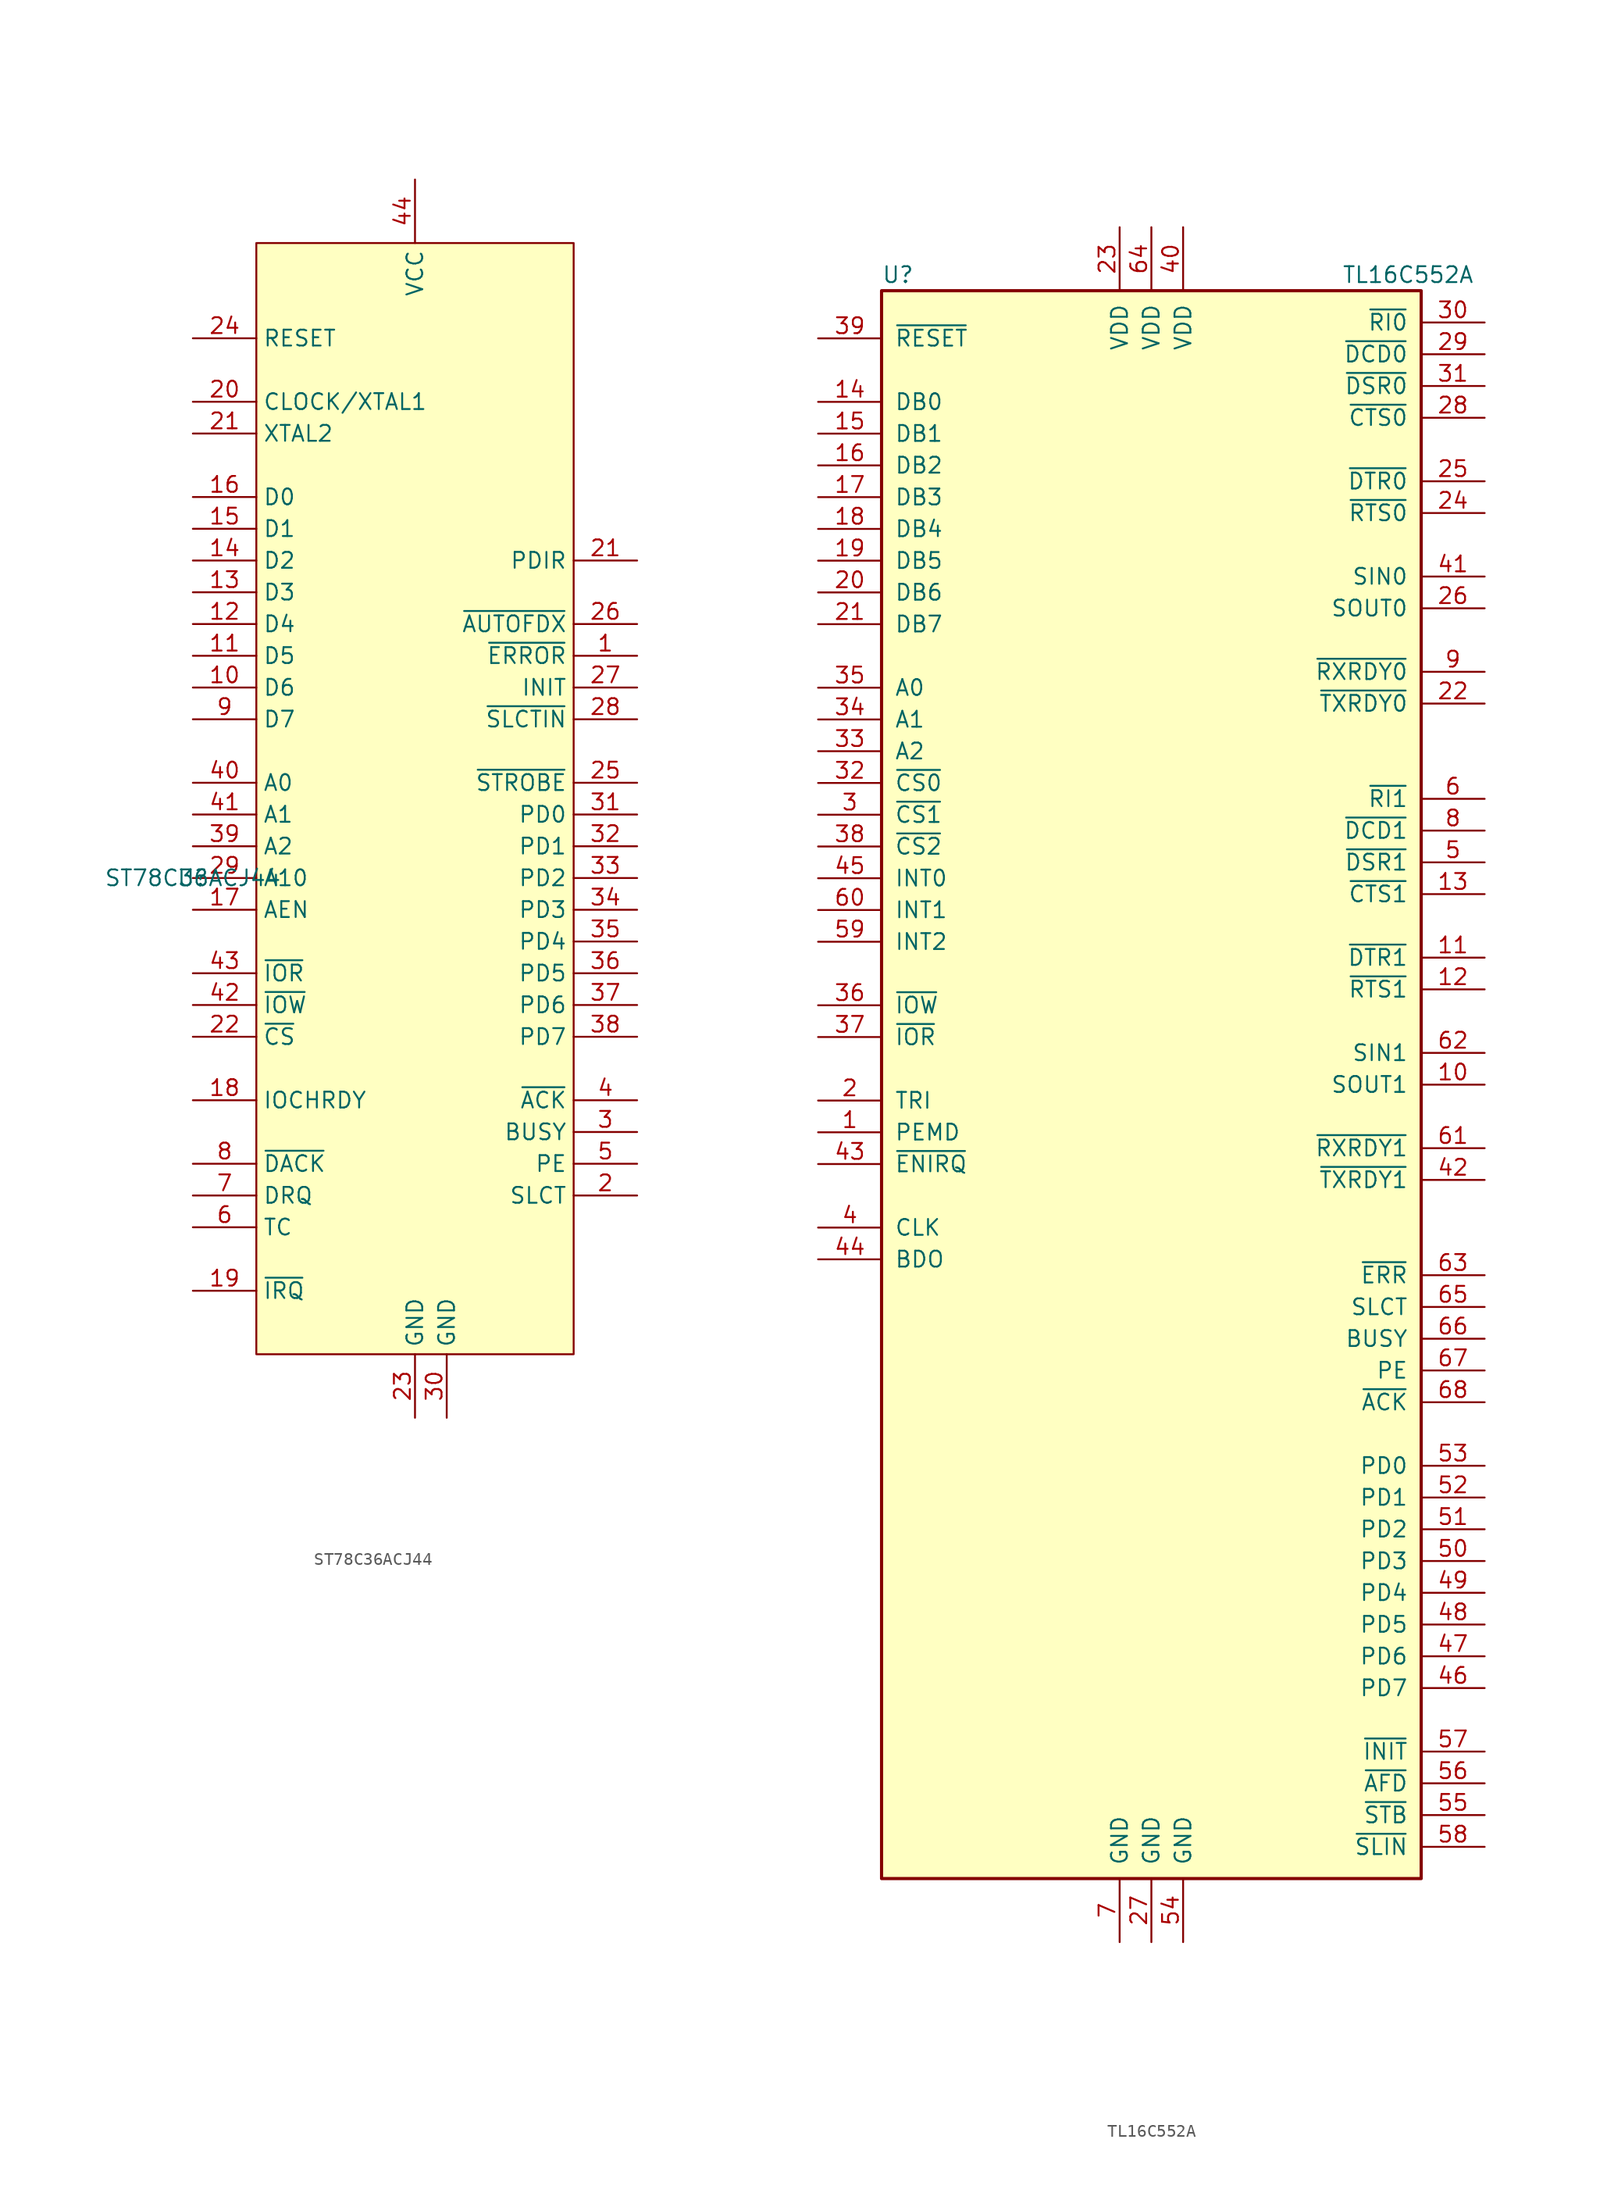
<source format=kicad_sym>
(kicad_symbol_lib
  (version 20231120)
  (generator "kicad_symbol_editor")
  (generator_version "8.0")
  (symbol "ST78C36ACJ44"
    (property "Reference" "U"
      (at -17.78 0 0)
      (effects (font (size 1.27 1.27))))
    (property "Value" "ST78C36ACJ44"
      (at -17.78 0 0)
      (effects (font (size 1.27 1.27))))
    (symbol "ST78C36ACJ44_0_0"
      (pin input line (at 17.78 17.78 180) (length 5.08) (name "~{ERROR}" (effects (font (size 1.27 1.27)))) (number "1" (effects (font (size 1.27 1.27)))))
      (pin bidirectional line (at -17.78 15.24 0) (length 5.08) (name "D6" (effects (font (size 1.27 1.27)))) (number "10" (effects (font (size 1.27 1.27)))))
      (pin bidirectional line (at -17.78 17.78 0) (length 5.08) (name "D5" (effects (font (size 1.27 1.27)))) (number "11" (effects (font (size 1.27 1.27)))))
      (pin bidirectional line (at -17.78 20.32 0) (length 5.08) (name "D4" (effects (font (size 1.27 1.27)))) (number "12" (effects (font (size 1.27 1.27)))))
      (pin bidirectional line (at -17.78 22.86 0) (length 5.08) (name "D3" (effects (font (size 1.27 1.27)))) (number "13" (effects (font (size 1.27 1.27)))))
      (pin bidirectional line (at -17.78 25.4 0) (length 5.08) (name "D2" (effects (font (size 1.27 1.27)))) (number "14" (effects (font (size 1.27 1.27)))))
      (pin bidirectional line (at -17.78 27.94 0) (length 5.08) (name "D1" (effects (font (size 1.27 1.27)))) (number "15" (effects (font (size 1.27 1.27)))))
      (pin bidirectional line (at -17.78 30.48 0) (length 5.08) (name "D0" (effects (font (size 1.27 1.27)))) (number "16" (effects (font (size 1.27 1.27)))))
      (pin input line (at -17.78 -2.54 0) (length 5.08) (name "AEN" (effects (font (size 1.27 1.27)))) (number "17" (effects (font (size 1.27 1.27)))))
      (pin output line (at -17.78 -17.78 0) (length 5.08) (name "IOCHRDY" (effects (font (size 1.27 1.27)))) (number "18" (effects (font (size 1.27 1.27)))))
      (pin output line (at -17.78 -33.02 0) (length 5.08) (name "~{IRQ}" (effects (font (size 1.27 1.27)))) (number "19" (effects (font (size 1.27 1.27)))))
      (pin input line (at 17.78 -25.4 180) (length 5.08) (name "SLCT" (effects (font (size 1.27 1.27)))) (number "2" (effects (font (size 1.27 1.27)))))
      (pin input line (at -17.78 38.1 0) (length 5.08) (name "CLOCK/XTAL1" (effects (font (size 1.27 1.27)))) (number "20" (effects (font (size 1.27 1.27)))))
      (pin output line (at 17.78 25.4 180) (length 5.08) (name "PDIR" (effects (font (size 1.27 1.27)))) (number "21" (effects (font (size 1.27 1.27)))))
      (pin output line (at -17.78 35.56 0) (length 5.08) (name "XTAL2" (effects (font (size 1.27 1.27)))) (number "21" (effects (font (size 1.27 1.27)))))
      (pin input line (at -17.78 -12.7 0) (length 5.08) (name "~{CS}" (effects (font (size 1.27 1.27)))) (number "22" (effects (font (size 1.27 1.27)))))
      (pin power_in line (at 0 -43.18 90) (length 5.08) (name "GND" (effects (font (size 1.27 1.27)))) (number "23" (effects (font (size 1.27 1.27)))))
      (pin input line (at -17.78 43.18 0) (length 5.08) (name "RESET" (effects (font (size 1.27 1.27)))) (number "24" (effects (font (size 1.27 1.27)))))
      (pin output line (at 17.78 7.62 180) (length 5.08) (name "~{STROBE}" (effects (font (size 1.27 1.27)))) (number "25" (effects (font (size 1.27 1.27)))))
      (pin output line (at 17.78 20.32 180) (length 5.08) (name "~{AUTOFDX}" (effects (font (size 1.27 1.27)))) (number "26" (effects (font (size 1.27 1.27)))))
      (pin output line (at 17.78 15.24 180) (length 5.08) (name "INIT" (effects (font (size 1.27 1.27)))) (number "27" (effects (font (size 1.27 1.27)))))
      (pin output line (at 17.78 12.7 180) (length 5.08) (name "~{SLCTIN}" (effects (font (size 1.27 1.27)))) (number "28" (effects (font (size 1.27 1.27)))))
      (pin input line (at -17.78 0 0) (length 5.08) (name "A10" (effects (font (size 1.27 1.27)))) (number "29" (effects (font (size 1.27 1.27)))))
      (pin input line (at 17.78 -20.32 180) (length 5.08) (name "BUSY" (effects (font (size 1.27 1.27)))) (number "3" (effects (font (size 1.27 1.27)))))
      (pin power_in line (at 2.54 -43.18 90) (length 5.08) (name "GND" (effects (font (size 1.27 1.27)))) (number "30" (effects (font (size 1.27 1.27)))))
      (pin bidirectional line (at 17.78 5.08 180) (length 5.08) (name "PD0" (effects (font (size 1.27 1.27)))) (number "31" (effects (font (size 1.27 1.27)))))
      (pin bidirectional line (at 17.78 2.54 180) (length 5.08) (name "PD1" (effects (font (size 1.27 1.27)))) (number "32" (effects (font (size 1.27 1.27)))))
      (pin bidirectional line (at 17.78 0 180) (length 5.08) (name "PD2" (effects (font (size 1.27 1.27)))) (number "33" (effects (font (size 1.27 1.27)))))
      (pin bidirectional line (at 17.78 -2.54 180) (length 5.08) (name "PD3" (effects (font (size 1.27 1.27)))) (number "34" (effects (font (size 1.27 1.27)))))
      (pin bidirectional line (at 17.78 -5.08 180) (length 5.08) (name "PD4" (effects (font (size 1.27 1.27)))) (number "35" (effects (font (size 1.27 1.27)))))
      (pin bidirectional line (at 17.78 -7.62 180) (length 5.08) (name "PD5" (effects (font (size 1.27 1.27)))) (number "36" (effects (font (size 1.27 1.27)))))
      (pin bidirectional line (at 17.78 -10.16 180) (length 5.08) (name "PD6" (effects (font (size 1.27 1.27)))) (number "37" (effects (font (size 1.27 1.27)))))
      (pin bidirectional line (at 17.78 -12.7 180) (length 5.08) (name "PD7" (effects (font (size 1.27 1.27)))) (number "38" (effects (font (size 1.27 1.27)))))
      (pin input line (at -17.78 2.54 0) (length 5.08) (name "A2" (effects (font (size 1.27 1.27)))) (number "39" (effects (font (size 1.27 1.27)))))
      (pin input line (at 17.78 -17.78 180) (length 5.08) (name "~{ACK}" (effects (font (size 1.27 1.27)))) (number "4" (effects (font (size 1.27 1.27)))))
      (pin input line (at -17.78 7.62 0) (length 5.08) (name "A0" (effects (font (size 1.27 1.27)))) (number "40" (effects (font (size 1.27 1.27)))))
      (pin input line (at -17.78 5.08 0) (length 5.08) (name "A1" (effects (font (size 1.27 1.27)))) (number "41" (effects (font (size 1.27 1.27)))))
      (pin input line (at -17.78 -10.16 0) (length 5.08) (name "~{IOW}" (effects (font (size 1.27 1.27)))) (number "42" (effects (font (size 1.27 1.27)))))
      (pin input line (at -17.78 -7.62 0) (length 5.08) (name "~{IOR}" (effects (font (size 1.27 1.27)))) (number "43" (effects (font (size 1.27 1.27)))))
      (pin power_in line (at 0 55.88 270) (length 5.08) (name "VCC" (effects (font (size 1.27 1.27)))) (number "44" (effects (font (size 1.27 1.27)))))
      (pin input line (at 17.78 -22.86 180) (length 5.08) (name "PE" (effects (font (size 1.27 1.27)))) (number "5" (effects (font (size 1.27 1.27)))))
      (pin input line (at -17.78 -27.94 0) (length 5.08) (name "TC" (effects (font (size 1.27 1.27)))) (number "6" (effects (font (size 1.27 1.27)))))
      (pin output line (at -17.78 -25.4 0) (length 5.08) (name "DRQ" (effects (font (size 1.27 1.27)))) (number "7" (effects (font (size 1.27 1.27)))))
      (pin input line (at -17.78 -22.86 0) (length 5.08) (name "~{DACK}" (effects (font (size 1.27 1.27)))) (number "8" (effects (font (size 1.27 1.27)))))
      (pin bidirectional line (at -17.78 12.7 0) (length 5.08) (name "D7" (effects (font (size 1.27 1.27)))) (number "9" (effects (font (size 1.27 1.27))))))
    (symbol "ST78C36ACJ44_1_1"
      (rectangle (start -12.7 50.8) (end 12.7 -38.1) (stroke (width 0) (type default)) (fill (type background)))))
  (symbol "TL16C552A"
    (pin_names
      (offset 1.016))
    (property "Reference" "U"
      (at -21.59 64.77 0)
      (effects (font (size 1.27 1.27)) (justify left)))
    (property "Value" "TL16C552A"
      (at 15.24 64.77 0)
      (effects (font (size 1.27 1.27)) (justify left)))
    (symbol "TL16C552A_0_1"
      (rectangle (start -21.59 63.5) (end 21.59 -63.5) (stroke (width 0.254) (type default)) (fill (type background))))
    (symbol "TL16C552A_1_0"
      (pin input line (at -26.67 -3.81 0) (length 5.08) (name "PEMD" (effects (font (size 1.27 1.27)))) (number "1" (effects (font (size 1.27 1.27)))))
      (pin input line (at -26.67 -1.27 0) (length 5.08) (name "TRI" (effects (font (size 1.27 1.27)))) (number "2" (effects (font (size 1.27 1.27)))))
      (pin power_in line (at -2.54 68.58 270) (length 5.08) (name "VDD" (effects (font (size 1.27 1.27)))) (number "23" (effects (font (size 1.27 1.27)))))
      (pin input line (at -26.67 59.69 0) (length 5.08) (name "~{RESET}" (effects (font (size 1.27 1.27)))) (number "39" (effects (font (size 1.27 1.27)))))
      (pin power_in line (at 2.54 68.58 270) (length 5.08) (name "VDD" (effects (font (size 1.27 1.27)))) (number "40" (effects (font (size 1.27 1.27)))))
      (pin input line (at -26.67 -6.35 0) (length 5.08) (name "~{ENIRQ}" (effects (font (size 1.27 1.27)))) (number "43" (effects (font (size 1.27 1.27)))))
      (pin bidirectional line (at 26.67 -48.26 180) (length 5.08) (name "PD7" (effects (font (size 1.27 1.27)))) (number "46" (effects (font (size 1.27 1.27)))))
      (pin bidirectional line (at 26.67 -45.72 180) (length 5.08) (name "PD6" (effects (font (size 1.27 1.27)))) (number "47" (effects (font (size 1.27 1.27)))))
      (pin bidirectional line (at 26.67 -43.18 180) (length 5.08) (name "PD5" (effects (font (size 1.27 1.27)))) (number "48" (effects (font (size 1.27 1.27)))))
      (pin bidirectional line (at 26.67 -40.64 180) (length 5.08) (name "PD4" (effects (font (size 1.27 1.27)))) (number "49" (effects (font (size 1.27 1.27)))))
      (pin bidirectional line (at 26.67 -38.1 180) (length 5.08) (name "PD3" (effects (font (size 1.27 1.27)))) (number "50" (effects (font (size 1.27 1.27)))))
      (pin bidirectional line (at 26.67 -35.56 180) (length 5.08) (name "PD2" (effects (font (size 1.27 1.27)))) (number "51" (effects (font (size 1.27 1.27)))))
      (pin bidirectional line (at 26.67 -33.02 180) (length 5.08) (name "PD1" (effects (font (size 1.27 1.27)))) (number "52" (effects (font (size 1.27 1.27)))))
      (pin bidirectional line (at 26.67 -30.48 180) (length 5.08) (name "PD0" (effects (font (size 1.27 1.27)))) (number "53" (effects (font (size 1.27 1.27)))))
      (pin power_in line (at 2.54 -68.58 90) (length 5.08) (name "GND" (effects (font (size 1.27 1.27)))) (number "54" (effects (font (size 1.27 1.27)))))
      (pin bidirectional line (at 26.67 -58.42 180) (length 5.08) (name "~{STB}" (effects (font (size 1.27 1.27)))) (number "55" (effects (font (size 1.27 1.27)))))
      (pin bidirectional line (at 26.67 -55.88 180) (length 5.08) (name "~{AFD}" (effects (font (size 1.27 1.27)))) (number "56" (effects (font (size 1.27 1.27)))))
      (pin bidirectional line (at 26.67 -53.34 180) (length 5.08) (name "~{INIT}" (effects (font (size 1.27 1.27)))) (number "57" (effects (font (size 1.27 1.27)))))
      (pin bidirectional line (at 26.67 -60.96 180) (length 5.08) (name "~{SLIN}" (effects (font (size 1.27 1.27)))) (number "58" (effects (font (size 1.27 1.27)))))
      (pin output line (at -26.67 11.43 0) (length 5.08) (name "INT2" (effects (font (size 1.27 1.27)))) (number "59" (effects (font (size 1.27 1.27)))))
      (pin input line (at 26.67 -15.24 180) (length 5.08) (name "~{ERR}" (effects (font (size 1.27 1.27)))) (number "63" (effects (font (size 1.27 1.27)))))
      (pin input line (at 26.67 -17.78 180) (length 5.08) (name "SLCT" (effects (font (size 1.27 1.27)))) (number "65" (effects (font (size 1.27 1.27)))))
      (pin input line (at 26.67 -20.32 180) (length 5.08) (name "BUSY" (effects (font (size 1.27 1.27)))) (number "66" (effects (font (size 1.27 1.27)))))
      (pin input line (at 26.67 -22.86 180) (length 5.08) (name "PE" (effects (font (size 1.27 1.27)))) (number "67" (effects (font (size 1.27 1.27)))))
      (pin input line (at 26.67 -25.4 180) (length 5.08) (name "~{ACK}" (effects (font (size 1.27 1.27)))) (number "68" (effects (font (size 1.27 1.27)))))
      (pin power_in line (at -2.54 -68.58 90) (length 5.08) (name "GND" (effects (font (size 1.27 1.27)))) (number "7" (effects (font (size 1.27 1.27))))))
    (symbol "TL16C552A_1_1"
      (pin output line (at 26.67 0 180) (length 5.08) (name "SOUT1" (effects (font (size 1.27 1.27)))) (number "10" (effects (font (size 1.27 1.27)))))
      (pin output line (at 26.67 10.16 180) (length 5.08) (name "~{DTR1}" (effects (font (size 1.27 1.27)))) (number "11" (effects (font (size 1.27 1.27)))))
      (pin output line (at 26.67 7.62 180) (length 5.08) (name "~{RTS1}" (effects (font (size 1.27 1.27)))) (number "12" (effects (font (size 1.27 1.27)))))
      (pin input line (at 26.67 15.24 180) (length 5.08) (name "~{CTS1}" (effects (font (size 1.27 1.27)))) (number "13" (effects (font (size 1.27 1.27)))))
      (pin bidirectional line (at -26.67 54.61 0) (length 5.08) (name "DB0" (effects (font (size 1.27 1.27)))) (number "14" (effects (font (size 1.27 1.27)))))
      (pin bidirectional line (at -26.67 52.07 0) (length 5.08) (name "DB1" (effects (font (size 1.27 1.27)))) (number "15" (effects (font (size 1.27 1.27)))))
      (pin bidirectional line (at -26.67 49.53 0) (length 5.08) (name "DB2" (effects (font (size 1.27 1.27)))) (number "16" (effects (font (size 1.27 1.27)))))
      (pin bidirectional line (at -26.67 46.99 0) (length 5.08) (name "DB3" (effects (font (size 1.27 1.27)))) (number "17" (effects (font (size 1.27 1.27)))))
      (pin bidirectional line (at -26.67 44.45 0) (length 5.08) (name "DB4" (effects (font (size 1.27 1.27)))) (number "18" (effects (font (size 1.27 1.27)))))
      (pin bidirectional line (at -26.67 41.91 0) (length 5.08) (name "DB5" (effects (font (size 1.27 1.27)))) (number "19" (effects (font (size 1.27 1.27)))))
      (pin bidirectional line (at -26.67 39.37 0) (length 5.08) (name "DB6" (effects (font (size 1.27 1.27)))) (number "20" (effects (font (size 1.27 1.27)))))
      (pin bidirectional line (at -26.67 36.83 0) (length 5.08) (name "DB7" (effects (font (size 1.27 1.27)))) (number "21" (effects (font (size 1.27 1.27)))))
      (pin output line (at 26.67 30.48 180) (length 5.08) (name "~{TXRDY0}" (effects (font (size 1.27 1.27)))) (number "22" (effects (font (size 1.27 1.27)))))
      (pin output line (at 26.67 45.72 180) (length 5.08) (name "~{RTS0}" (effects (font (size 1.27 1.27)))) (number "24" (effects (font (size 1.27 1.27)))))
      (pin output line (at 26.67 48.26 180) (length 5.08) (name "~{DTR0}" (effects (font (size 1.27 1.27)))) (number "25" (effects (font (size 1.27 1.27)))))
      (pin output line (at 26.67 38.1 180) (length 5.08) (name "SOUT0" (effects (font (size 1.27 1.27)))) (number "26" (effects (font (size 1.27 1.27)))))
      (pin power_in line (at 0 -68.58 90) (length 5.08) (name "GND" (effects (font (size 1.27 1.27)))) (number "27" (effects (font (size 1.27 1.27)))))
      (pin input line (at 26.67 53.34 180) (length 5.08) (name "~{CTS0}" (effects (font (size 1.27 1.27)))) (number "28" (effects (font (size 1.27 1.27)))))
      (pin input line (at 26.67 58.42 180) (length 5.08) (name "~{DCD0}" (effects (font (size 1.27 1.27)))) (number "29" (effects (font (size 1.27 1.27)))))
      (pin input line (at -26.67 21.59 0) (length 5.08) (name "~{CS1}" (effects (font (size 1.27 1.27)))) (number "3" (effects (font (size 1.27 1.27)))))
      (pin input line (at 26.67 60.96 180) (length 5.08) (name "~{RI0}" (effects (font (size 1.27 1.27)))) (number "30" (effects (font (size 1.27 1.27)))))
      (pin input line (at 26.67 55.88 180) (length 5.08) (name "~{DSR0}" (effects (font (size 1.27 1.27)))) (number "31" (effects (font (size 1.27 1.27)))))
      (pin input line (at -26.67 24.13 0) (length 5.08) (name "~{CS0}" (effects (font (size 1.27 1.27)))) (number "32" (effects (font (size 1.27 1.27)))))
      (pin input line (at -26.67 26.67 0) (length 5.08) (name "A2" (effects (font (size 1.27 1.27)))) (number "33" (effects (font (size 1.27 1.27)))))
      (pin input line (at -26.67 29.21 0) (length 5.08) (name "A1" (effects (font (size 1.27 1.27)))) (number "34" (effects (font (size 1.27 1.27)))))
      (pin input line (at -26.67 31.75 0) (length 5.08) (name "A0" (effects (font (size 1.27 1.27)))) (number "35" (effects (font (size 1.27 1.27)))))
      (pin input line (at -26.67 6.35 0) (length 5.08) (name "~{IOW}" (effects (font (size 1.27 1.27)))) (number "36" (effects (font (size 1.27 1.27)))))
      (pin input line (at -26.67 3.81 0) (length 5.08) (name "~{IOR}" (effects (font (size 1.27 1.27)))) (number "37" (effects (font (size 1.27 1.27)))))
      (pin input line (at -26.67 19.05 0) (length 5.08) (name "~{CS2}" (effects (font (size 1.27 1.27)))) (number "38" (effects (font (size 1.27 1.27)))))
      (pin input line (at -26.67 -11.43 0) (length 5.08) (name "CLK" (effects (font (size 1.27 1.27)))) (number "4" (effects (font (size 1.27 1.27)))))
      (pin input line (at 26.67 40.64 180) (length 5.08) (name "SIN0" (effects (font (size 1.27 1.27)))) (number "41" (effects (font (size 1.27 1.27)))))
      (pin output line (at 26.67 -7.62 180) (length 5.08) (name "~{TXRDY1}" (effects (font (size 1.27 1.27)))) (number "42" (effects (font (size 1.27 1.27)))))
      (pin output line (at -26.67 -13.97 0) (length 5.08) (name "BDO" (effects (font (size 1.27 1.27)))) (number "44" (effects (font (size 1.27 1.27)))))
      (pin output line (at -26.67 16.51 0) (length 5.08) (name "INT0" (effects (font (size 1.27 1.27)))) (number "45" (effects (font (size 1.27 1.27)))))
      (pin input line (at 26.67 17.78 180) (length 5.08) (name "~{DSR1}" (effects (font (size 1.27 1.27)))) (number "5" (effects (font (size 1.27 1.27)))))
      (pin input line (at 26.67 22.86 180) (length 5.08) (name "~{RI1}" (effects (font (size 1.27 1.27)))) (number "6" (effects (font (size 1.27 1.27)))))
      (pin output line (at -26.67 13.97 0) (length 5.08) (name "INT1" (effects (font (size 1.27 1.27)))) (number "60" (effects (font (size 1.27 1.27)))))
      (pin output line (at 26.67 -5.08 180) (length 5.08) (name "~{RXRDY1}" (effects (font (size 1.27 1.27)))) (number "61" (effects (font (size 1.27 1.27)))))
      (pin input line (at 26.67 2.54 180) (length 5.08) (name "SIN1" (effects (font (size 1.27 1.27)))) (number "62" (effects (font (size 1.27 1.27)))))
      (pin power_in line (at 0 68.58 270) (length 5.08) (name "VDD" (effects (font (size 1.27 1.27)))) (number "64" (effects (font (size 1.27 1.27)))))
      (pin input line (at 26.67 20.32 180) (length 5.08) (name "~{DCD1}" (effects (font (size 1.27 1.27)))) (number "8" (effects (font (size 1.27 1.27)))))
      (pin output line (at 26.67 33.02 180) (length 5.08) (name "~{RXRDY0}" (effects (font (size 1.27 1.27)))) (number "9" (effects (font (size 1.27 1.27))))))))
</source>
